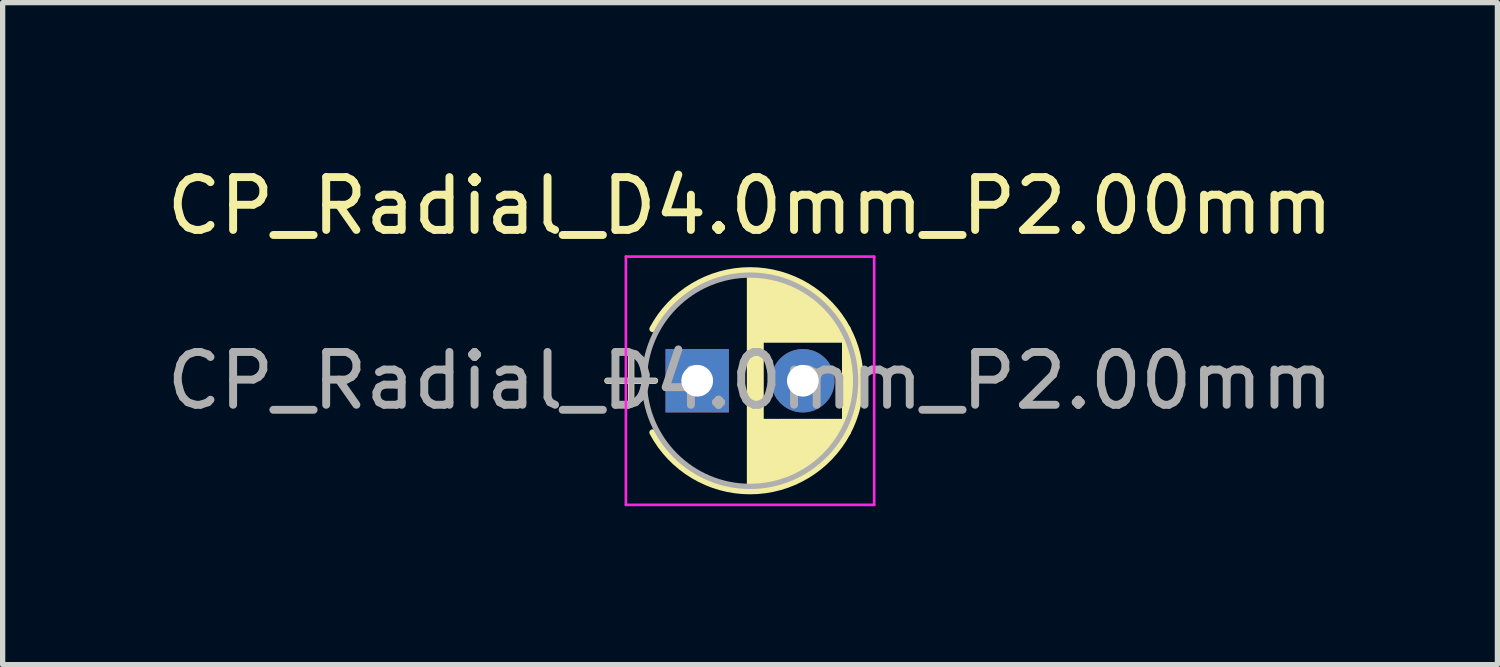
<source format=kicad_pcb>
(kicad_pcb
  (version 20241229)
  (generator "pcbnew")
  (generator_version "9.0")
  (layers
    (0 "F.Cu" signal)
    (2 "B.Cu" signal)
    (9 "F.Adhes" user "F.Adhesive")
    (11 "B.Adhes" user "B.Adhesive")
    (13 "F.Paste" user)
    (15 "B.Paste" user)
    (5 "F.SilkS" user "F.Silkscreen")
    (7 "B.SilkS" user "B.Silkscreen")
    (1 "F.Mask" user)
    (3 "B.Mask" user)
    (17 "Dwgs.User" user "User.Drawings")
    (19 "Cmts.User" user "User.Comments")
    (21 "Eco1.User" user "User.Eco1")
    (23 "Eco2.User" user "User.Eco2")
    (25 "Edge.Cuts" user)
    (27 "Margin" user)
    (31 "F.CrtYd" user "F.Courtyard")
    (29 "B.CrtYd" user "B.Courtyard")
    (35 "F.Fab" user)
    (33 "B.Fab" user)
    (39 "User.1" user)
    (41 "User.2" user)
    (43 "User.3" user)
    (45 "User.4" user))
  (footprint "CP_Radial_D4.0mm_P2.00mm"
    (layer "F.Cu")
    (at 10.149 4.158)
    (property "Reference" "CP_Radial_D4.0mm_P2.00mm" (at 1 -3.31 0) (layer "F.SilkS") (effects (font (size 1 1) (thickness 0.15))))
    (attr through_hole)
    (fp_line (start -1.7 0) (end -0.8 0) (stroke (width 0.12) (type solid)) (layer "F.SilkS"))
    (fp_line (start -1.25 -0.45) (end -1.25 0.45) (stroke (width 0.12) (type solid)) (layer "F.SilkS"))
    (fp_line (start 1 -2.05) (end 1 2.05) (stroke (width 0.12) (type solid)) (layer "F.SilkS"))
    (fp_line (start 1.04 -2.05) (end 1.04 2.05) (stroke (width 0.12) (type solid)) (layer "F.SilkS"))
    (fp_line (start 1.08 -2.049) (end 1.08 2.049) (stroke (width 0.12) (type solid)) (layer "F.SilkS"))
    (fp_line (start 1.12 -2.047) (end 1.12 2.047) (stroke (width 0.12) (type solid)) (layer "F.SilkS"))
    (fp_line (start 1.16 -2.044) (end 1.16 2.044) (stroke (width 0.12) (type solid)) (layer "F.SilkS"))
    (fp_line (start 1.2 -2.041) (end 1.2 2.041) (stroke (width 0.12) (type solid)) (layer "F.SilkS"))
    (fp_line (start 1.24 -2.037) (end 1.24 -0.78) (stroke (width 0.12) (type solid)) (layer "F.SilkS"))
    (fp_line (start 1.24 0.78) (end 1.24 2.037) (stroke (width 0.12) (type solid)) (layer "F.SilkS"))
    (fp_line (start 1.28 -2.032) (end 1.28 -0.78) (stroke (width 0.12) (type solid)) (layer "F.SilkS"))
    (fp_line (start 1.28 0.78) (end 1.28 2.032) (stroke (width 0.12) (type solid)) (layer "F.SilkS"))
    (fp_line (start 1.32 -2.026) (end 1.32 -0.78) (stroke (width 0.12) (type solid)) (layer "F.SilkS"))
    (fp_line (start 1.32 0.78) (end 1.32 2.026) (stroke (width 0.12) (type solid)) (layer "F.SilkS"))
    (fp_line (start 1.36 -2.019) (end 1.36 -0.78) (stroke (width 0.12) (type solid)) (layer "F.SilkS"))
    (fp_line (start 1.36 0.78) (end 1.36 2.019) (stroke (width 0.12) (type solid)) (layer "F.SilkS"))
    (fp_line (start 1.4 -2.012) (end 1.4 -0.78) (stroke (width 0.12) (type solid)) (layer "F.SilkS"))
    (fp_line (start 1.4 0.78) (end 1.4 2.012) (stroke (width 0.12) (type solid)) (layer "F.SilkS"))
    (fp_line (start 1.44 -2.004) (end 1.44 -0.78) (stroke (width 0.12) (type solid)) (layer "F.SilkS"))
    (fp_line (start 1.44 0.78) (end 1.44 2.004) (stroke (width 0.12) (type solid)) (layer "F.SilkS"))
    (fp_line (start 1.48 -1.995) (end 1.48 -0.78) (stroke (width 0.12) (type solid)) (layer "F.SilkS"))
    (fp_line (start 1.48 0.78) (end 1.48 1.995) (stroke (width 0.12) (type solid)) (layer "F.SilkS"))
    (fp_line (start 1.52 -1.985) (end 1.52 -0.78) (stroke (width 0.12) (type solid)) (layer "F.SilkS"))
    (fp_line (start 1.52 0.78) (end 1.52 1.985) (stroke (width 0.12) (type solid)) (layer "F.SilkS"))
    (fp_line (start 1.56 -1.974) (end 1.56 -0.78) (stroke (width 0.12) (type solid)) (layer "F.SilkS"))
    (fp_line (start 1.56 0.78) (end 1.56 1.974) (stroke (width 0.12) (type solid)) (layer "F.SilkS"))
    (fp_line (start 1.6 -1.963) (end 1.6 -0.78) (stroke (width 0.12) (type solid)) (layer "F.SilkS"))
    (fp_line (start 1.6 0.78) (end 1.6 1.963) (stroke (width 0.12) (type solid)) (layer "F.SilkS"))
    (fp_line (start 1.64 -1.95) (end 1.64 -0.78) (stroke (width 0.12) (type solid)) (layer "F.SilkS"))
    (fp_line (start 1.64 0.78) (end 1.64 1.95) (stroke (width 0.12) (type solid)) (layer "F.SilkS"))
    (fp_line (start 1.68 -1.937) (end 1.68 -0.78) (stroke (width 0.12) (type solid)) (layer "F.SilkS"))
    (fp_line (start 1.68 0.78) (end 1.68 1.937) (stroke (width 0.12) (type solid)) (layer "F.SilkS"))
    (fp_line (start 1.721 -1.923) (end 1.721 -0.78) (stroke (width 0.12) (type solid)) (layer "F.SilkS"))
    (fp_line (start 1.721 0.78) (end 1.721 1.923) (stroke (width 0.12) (type solid)) (layer "F.SilkS"))
    (fp_line (start 1.761 -1.907) (end 1.761 -0.78) (stroke (width 0.12) (type solid)) (layer "F.SilkS"))
    (fp_line (start 1.761 0.78) (end 1.761 1.907) (stroke (width 0.12) (type solid)) (layer "F.SilkS"))
    (fp_line (start 1.801 -1.891) (end 1.801 -0.78) (stroke (width 0.12) (type solid)) (layer "F.SilkS"))
    (fp_line (start 1.801 0.78) (end 1.801 1.891) (stroke (width 0.12) (type solid)) (layer "F.SilkS"))
    (fp_line (start 1.841 -1.874) (end 1.841 -0.78) (stroke (width 0.12) (type solid)) (layer "F.SilkS"))
    (fp_line (start 1.841 0.78) (end 1.841 1.874) (stroke (width 0.12) (type solid)) (layer "F.SilkS"))
    (fp_line (start 1.881 -1.856) (end 1.881 -0.78) (stroke (width 0.12) (type solid)) (layer "F.SilkS"))
    (fp_line (start 1.881 0.78) (end 1.881 1.856) (stroke (width 0.12) (type solid)) (layer "F.SilkS"))
    (fp_line (start 1.921 -1.837) (end 1.921 -0.78) (stroke (width 0.12) (type solid)) (layer "F.SilkS"))
    (fp_line (start 1.921 0.78) (end 1.921 1.837) (stroke (width 0.12) (type solid)) (layer "F.SilkS"))
    (fp_line (start 1.961 -1.817) (end 1.961 -0.78) (stroke (width 0.12) (type solid)) (layer "F.SilkS"))
    (fp_line (start 1.961 0.78) (end 1.961 1.817) (stroke (width 0.12) (type solid)) (layer "F.SilkS"))
    (fp_line (start 2.001 -1.796) (end 2.001 -0.78) (stroke (width 0.12) (type solid)) (layer "F.SilkS"))
    (fp_line (start 2.001 0.78) (end 2.001 1.796) (stroke (width 0.12) (type solid)) (layer "F.SilkS"))
    (fp_line (start 2.041 -1.773) (end 2.041 -0.78) (stroke (width 0.12) (type solid)) (layer "F.SilkS"))
    (fp_line (start 2.041 0.78) (end 2.041 1.773) (stroke (width 0.12) (type solid)) (layer "F.SilkS"))
    (fp_line (start 2.081 -1.75) (end 2.081 -0.78) (stroke (width 0.12) (type solid)) (layer "F.SilkS"))
    (fp_line (start 2.081 0.78) (end 2.081 1.75) (stroke (width 0.12) (type solid)) (layer "F.SilkS"))
    (fp_line (start 2.121 -1.725) (end 2.121 -0.78) (stroke (width 0.12) (type solid)) (layer "F.SilkS"))
    (fp_line (start 2.121 0.78) (end 2.121 1.725) (stroke (width 0.12) (type solid)) (layer "F.SilkS"))
    (fp_line (start 2.161 -1.699) (end 2.161 -0.78) (stroke (width 0.12) (type solid)) (layer "F.SilkS"))
    (fp_line (start 2.161 0.78) (end 2.161 1.699) (stroke (width 0.12) (type solid)) (layer "F.SilkS"))
    (fp_line (start 2.201 -1.672) (end 2.201 -0.78) (stroke (width 0.12) (type solid)) (layer "F.SilkS"))
    (fp_line (start 2.201 0.78) (end 2.201 1.672) (stroke (width 0.12) (type solid)) (layer "F.SilkS"))
    (fp_line (start 2.241 -1.643) (end 2.241 -0.78) (stroke (width 0.12) (type solid)) (layer "F.SilkS"))
    (fp_line (start 2.241 0.78) (end 2.241 1.643) (stroke (width 0.12) (type solid)) (layer "F.SilkS"))
    (fp_line (start 2.281 -1.613) (end 2.281 -0.78) (stroke (width 0.12) (type solid)) (layer "F.SilkS"))
    (fp_line (start 2.281 0.78) (end 2.281 1.613) (stroke (width 0.12) (type solid)) (layer "F.SilkS"))
    (fp_line (start 2.321 -1.581) (end 2.321 -0.78) (stroke (width 0.12) (type solid)) (layer "F.SilkS"))
    (fp_line (start 2.321 0.78) (end 2.321 1.581) (stroke (width 0.12) (type solid)) (layer "F.SilkS"))
    (fp_line (start 2.361 -1.547) (end 2.361 -0.78) (stroke (width 0.12) (type solid)) (layer "F.SilkS"))
    (fp_line (start 2.361 0.78) (end 2.361 1.547) (stroke (width 0.12) (type solid)) (layer "F.SilkS"))
    (fp_line (start 2.401 -1.512) (end 2.401 -0.78) (stroke (width 0.12) (type solid)) (layer "F.SilkS"))
    (fp_line (start 2.401 0.78) (end 2.401 1.512) (stroke (width 0.12) (type solid)) (layer "F.SilkS"))
    (fp_line (start 2.441 -1.475) (end 2.441 -0.78) (stroke (width 0.12) (type solid)) (layer "F.SilkS"))
    (fp_line (start 2.441 0.78) (end 2.441 1.475) (stroke (width 0.12) (type solid)) (layer "F.SilkS"))
    (fp_line (start 2.481 -1.436) (end 2.481 -0.78) (stroke (width 0.12) (type solid)) (layer "F.SilkS"))
    (fp_line (start 2.481 0.78) (end 2.481 1.436) (stroke (width 0.12) (type solid)) (layer "F.SilkS"))
    (fp_line (start 2.521 -1.395) (end 2.521 -0.78) (stroke (width 0.12) (type solid)) (layer "F.SilkS"))
    (fp_line (start 2.521 0.78) (end 2.521 1.395) (stroke (width 0.12) (type solid)) (layer "F.SilkS"))
    (fp_line (start 2.561 -1.351) (end 2.561 -0.78) (stroke (width 0.12) (type solid)) (layer "F.SilkS"))
    (fp_line (start 2.561 0.78) (end 2.561 1.351) (stroke (width 0.12) (type solid)) (layer "F.SilkS"))
    (fp_line (start 2.601 -1.305) (end 2.601 -0.78) (stroke (width 0.12) (type solid)) (layer "F.SilkS"))
    (fp_line (start 2.601 0.78) (end 2.601 1.305) (stroke (width 0.12) (type solid)) (layer "F.SilkS"))
    (fp_line (start 2.641 -1.256) (end 2.641 -0.78) (stroke (width 0.12) (type solid)) (layer "F.SilkS"))
    (fp_line (start 2.641 0.78) (end 2.641 1.256) (stroke (width 0.12) (type solid)) (layer "F.SilkS"))
    (fp_line (start 2.681 -1.204) (end 2.681 -0.78) (stroke (width 0.12) (type solid)) (layer "F.SilkS"))
    (fp_line (start 2.681 0.78) (end 2.681 1.204) (stroke (width 0.12) (type solid)) (layer "F.SilkS"))
    (fp_line (start 2.721 -1.148) (end 2.721 -0.78) (stroke (width 0.12) (type solid)) (layer "F.SilkS"))
    (fp_line (start 2.721 0.78) (end 2.721 1.148) (stroke (width 0.12) (type solid)) (layer "F.SilkS"))
    (fp_line (start 2.761 -1.088) (end 2.761 -0.78) (stroke (width 0.12) (type solid)) (layer "F.SilkS"))
    (fp_line (start 2.761 0.78) (end 2.761 1.088) (stroke (width 0.12) (type solid)) (layer "F.SilkS"))
    (fp_line (start 2.801 -1.023) (end 2.801 1.023) (stroke (width 0.12) (type solid)) (layer "F.SilkS"))
    (fp_line (start 2.841 -0.952) (end 2.841 0.952) (stroke (width 0.12) (type solid)) (layer "F.SilkS"))
    (fp_line (start 2.881 -0.874) (end 2.881 0.874) (stroke (width 0.12) (type solid)) (layer "F.SilkS"))
    (fp_line (start 2.921 -0.786) (end 2.921 0.786) (stroke (width 0.12) (type solid)) (layer "F.SilkS"))
    (fp_line (start 2.961 -0.686) (end 2.961 0.686) (stroke (width 0.12) (type solid)) (layer "F.SilkS"))
    (fp_line (start 3.001 -0.567) (end 3.001 0.567) (stroke (width 0.12) (type solid)) (layer "F.SilkS"))
    (fp_line (start 3.041 -0.415) (end 3.041 0.415) (stroke (width 0.12) (type solid)) (layer "F.SilkS"))
    (fp_line (start 3.081 -0.165) (end 3.081 0.165) (stroke (width 0.12) (type solid)) (layer "F.SilkS"))
    (fp_arc (start -0.845996 -0.98) (mid 1.00047 -2.09) (end 2.846436 -0.97917) (stroke (width 0.12) (type solid)) (layer "F.SilkS"))
    (fp_arc (start 2.845996 -0.98) (mid 3.09 -0.00047) (end 2.846436 0.97917) (stroke (width 0.12) (type solid)) (layer "F.SilkS"))
    (fp_arc (start 2.846436 0.97917) (mid 1.00047 2.09) (end -0.845996 0.98) (stroke (width 0.12) (type solid)) (layer "F.SilkS"))
    (fp_line (start -1.35 -2.35) (end -1.35 2.35) (stroke (width 0.05) (type solid)) (layer "F.CrtYd"))
    (fp_line (start -1.35 2.35) (end 3.35 2.35) (stroke (width 0.05) (type solid)) (layer "F.CrtYd"))
    (fp_line (start 3.35 -2.35) (end -1.35 -2.35) (stroke (width 0.05) (type solid)) (layer "F.CrtYd"))
    (fp_line (start 3.35 2.35) (end 3.35 -2.35) (stroke (width 0.05) (type solid)) (layer "F.CrtYd"))
    (fp_line (start -1.7 0) (end -0.8 0) (stroke (width 0.1) (type solid)) (layer "F.Fab"))
    (fp_line (start -1.25 -0.45) (end -1.25 0.45) (stroke (width 0.1) (type solid)) (layer "F.Fab"))
    (fp_circle (center 1 0) (end 3 0) (stroke (width 0.1) (type solid)) (fill no) (layer "F.Fab"))
    (fp_text user "${REFERENCE}" (at 1 0 0) (layer "F.Fab") (effects (font (size 1 1) (thickness 0.15))))
    (pad "1" thru_hole rect (at 0 0) (size 1.2 1.2) (drill 0.6) (layers "*.Cu" "*.Mask"))
    (pad "2" thru_hole circle (at 2 0) (size 1.2 1.2) (drill 0.6) (layers "*.Cu" "*.Mask")))
  (gr_rect
    (start -3 -3)
    (end 25.298 9.533)
    (stroke (width 0.1) (type default))
    (fill no)
    (layer "Edge.Cuts")))
</source>
